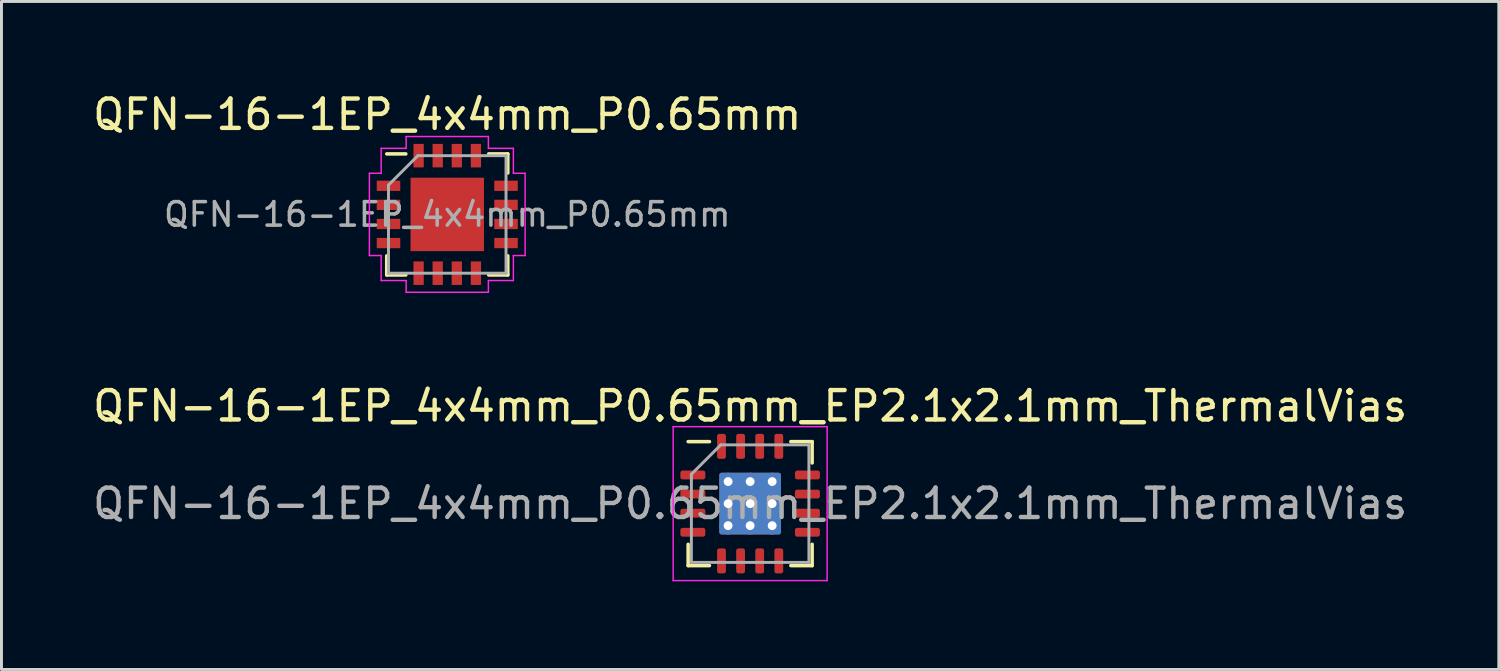
<source format=kicad_pcb>
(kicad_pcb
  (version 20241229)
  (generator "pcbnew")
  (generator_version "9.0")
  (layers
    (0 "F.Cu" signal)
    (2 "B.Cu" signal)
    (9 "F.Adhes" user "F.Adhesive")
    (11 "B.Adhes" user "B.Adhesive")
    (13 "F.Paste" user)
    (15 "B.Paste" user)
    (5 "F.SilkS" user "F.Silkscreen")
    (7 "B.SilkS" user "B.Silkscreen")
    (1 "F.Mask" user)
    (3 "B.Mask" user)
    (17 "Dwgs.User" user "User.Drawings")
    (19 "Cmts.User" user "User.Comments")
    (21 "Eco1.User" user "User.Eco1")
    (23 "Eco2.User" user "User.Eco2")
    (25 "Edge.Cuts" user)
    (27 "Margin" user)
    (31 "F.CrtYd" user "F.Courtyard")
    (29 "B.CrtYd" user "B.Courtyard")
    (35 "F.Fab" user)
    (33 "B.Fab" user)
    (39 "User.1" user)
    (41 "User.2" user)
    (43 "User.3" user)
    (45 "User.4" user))
  (footprint "QFN-16-1EP_4x4mm_P0.65mm"
    (layer "F.Cu")
    (at 12.173 4.248)
    (property "Reference" "QFN-16-1EP_4x4mm_P0.65mm" (at 0 -3.4 0) (layer "F.SilkS") (effects (font (size 1 1) (thickness 0.15))))
    (attr smd)
    (fp_line (start -2.06 -2.06) (end -1.41 -2.06) (stroke (width 0.12) (type solid)) (layer "F.SilkS"))
    (fp_line (start -2.06 2.06) (end -2.06 1.41) (stroke (width 0.12) (type solid)) (layer "F.SilkS"))
    (fp_line (start -2.06 2.06) (end -1.41 2.06) (stroke (width 0.12) (type solid)) (layer "F.SilkS"))
    (fp_line (start 2.06 -2.06) (end 1.41 -2.06) (stroke (width 0.12) (type solid)) (layer "F.SilkS"))
    (fp_line (start 2.06 -2.06) (end 2.06 -1.41) (stroke (width 0.12) (type solid)) (layer "F.SilkS"))
    (fp_line (start 2.06 2.06) (end 1.41 2.06) (stroke (width 0.12) (type solid)) (layer "F.SilkS"))
    (fp_line (start 2.06 2.06) (end 2.06 1.41) (stroke (width 0.12) (type solid)) (layer "F.SilkS"))
    (fp_line (start -2.65 -1.4) (end -2.65 1.4) (stroke (width 0.05) (type solid)) (layer "F.CrtYd"))
    (fp_line (start -2.65 -1.4) (end -2.25 -1.4) (stroke (width 0.05) (type solid)) (layer "F.CrtYd"))
    (fp_line (start -2.65 1.4) (end -2.25 1.4) (stroke (width 0.05) (type solid)) (layer "F.CrtYd"))
    (fp_line (start -2.25 -2.25) (end -1.4 -2.25) (stroke (width 0.05) (type solid)) (layer "F.CrtYd"))
    (fp_line (start -2.25 -1.4) (end -2.25 -2.25) (stroke (width 0.05) (type solid)) (layer "F.CrtYd"))
    (fp_line (start -2.25 1.4) (end -2.25 2.25) (stroke (width 0.05) (type solid)) (layer "F.CrtYd"))
    (fp_line (start -2.25 2.25) (end -1.4 2.25) (stroke (width 0.05) (type solid)) (layer "F.CrtYd"))
    (fp_line (start -1.4 -2.65) (end -1.4 -2.25) (stroke (width 0.05) (type solid)) (layer "F.CrtYd"))
    (fp_line (start -1.4 -2.65) (end 1.4 -2.65) (stroke (width 0.05) (type solid)) (layer "F.CrtYd"))
    (fp_line (start -1.4 2.65) (end -1.4 2.25) (stroke (width 0.05) (type solid)) (layer "F.CrtYd"))
    (fp_line (start -1.4 2.65) (end 1.4 2.65) (stroke (width 0.05) (type solid)) (layer "F.CrtYd"))
    (fp_line (start 1.4 -2.65) (end 1.4 -2.25) (stroke (width 0.05) (type solid)) (layer "F.CrtYd"))
    (fp_line (start 1.4 2.25) (end 2.25 2.25) (stroke (width 0.05) (type solid)) (layer "F.CrtYd"))
    (fp_line (start 1.4 2.65) (end 1.4 2.25) (stroke (width 0.05) (type solid)) (layer "F.CrtYd"))
    (fp_line (start 2.25 -2.25) (end 1.4 -2.25) (stroke (width 0.05) (type solid)) (layer "F.CrtYd"))
    (fp_line (start 2.25 -1.4) (end 2.25 -2.25) (stroke (width 0.05) (type solid)) (layer "F.CrtYd"))
    (fp_line (start 2.25 2.25) (end 2.25 1.4) (stroke (width 0.05) (type solid)) (layer "F.CrtYd"))
    (fp_line (start 2.65 -1.4) (end 2.25 -1.4) (stroke (width 0.05) (type solid)) (layer "F.CrtYd"))
    (fp_line (start 2.65 -1.4) (end 2.65 1.4) (stroke (width 0.05) (type solid)) (layer "F.CrtYd"))
    (fp_line (start 2.65 1.4) (end 2.25 1.4) (stroke (width 0.05) (type solid)) (layer "F.CrtYd"))
    (fp_line (start -2 -1) (end -1 -2) (stroke (width 0.1) (type solid)) (layer "F.Fab"))
    (fp_line (start -2 2) (end -2 -1) (stroke (width 0.1) (type solid)) (layer "F.Fab"))
    (fp_line (start -1 -2) (end 2 -2) (stroke (width 0.1) (type solid)) (layer "F.Fab"))
    (fp_line (start 2 -2) (end 2 2) (stroke (width 0.1) (type solid)) (layer "F.Fab"))
    (fp_line (start 2 2) (end -2 2) (stroke (width 0.1) (type solid)) (layer "F.Fab"))
    (fp_text user "${REFERENCE}" (at 0 0 0) (layer "F.Fab") (effects (font (size 0.8 0.8) (thickness 0.12))))
    (pad "" smd rect (at -0.625 -0.625) (size 1.1 1.1) (layers "F.Paste"))
    (pad "" smd rect (at -0.625 0.625) (size 1.1 1.1) (layers "F.Paste"))
    (pad "" smd rect (at 0.625 -0.625) (size 1.1 1.1) (layers "F.Paste"))
    (pad "" smd rect (at 0.625 0.625) (size 1.1 1.1) (layers "F.Paste"))
    (pad "1" smd rect (at -2 -0.975) (size 0.8 0.35) (layers "F.Cu" "F.Mask" "F.Paste"))
    (pad "2" smd rect (at -2 -0.325) (size 0.8 0.35) (layers "F.Cu" "F.Mask" "F.Paste"))
    (pad "3" smd rect (at -2 0.325) (size 0.8 0.35) (layers "F.Cu" "F.Mask" "F.Paste"))
    (pad "4" smd rect (at -2 0.975) (size 0.8 0.35) (layers "F.Cu" "F.Mask" "F.Paste"))
    (pad "5" smd rect (at -0.975 2 90) (size 0.8 0.35) (layers "F.Cu" "F.Mask" "F.Paste"))
    (pad "6" smd rect (at -0.325 2 90) (size 0.8 0.35) (layers "F.Cu" "F.Mask" "F.Paste"))
    (pad "7" smd rect (at 0.325 2 90) (size 0.8 0.35) (layers "F.Cu" "F.Mask" "F.Paste"))
    (pad "8" smd rect (at 0.975 2 90) (size 0.8 0.35) (layers "F.Cu" "F.Mask" "F.Paste"))
    (pad "9" smd rect (at 2 0.975) (size 0.8 0.35) (layers "F.Cu" "F.Mask" "F.Paste"))
    (pad "10" smd rect (at 2 0.325) (size 0.8 0.35) (layers "F.Cu" "F.Mask" "F.Paste"))
    (pad "11" smd rect (at 2 -0.325) (size 0.8 0.35) (layers "F.Cu" "F.Mask" "F.Paste"))
    (pad "12" smd rect (at 2 -0.975) (size 0.8 0.35) (layers "F.Cu" "F.Mask" "F.Paste"))
    (pad "13" smd rect (at 0.975 -2 90) (size 0.8 0.35) (layers "F.Cu" "F.Mask" "F.Paste"))
    (pad "14" smd rect (at 0.325 -2 90) (size 0.8 0.35) (layers "F.Cu" "F.Mask" "F.Paste"))
    (pad "15" smd rect (at -0.325 -2 90) (size 0.8 0.35) (layers "F.Cu" "F.Mask" "F.Paste"))
    (pad "16" smd rect (at -0.975 -2 90) (size 0.8 0.35) (layers "F.Cu" "F.Mask" "F.Paste"))
    (pad "17" smd rect (at 0 0) (size 2.5 2.5) (layers "F.Cu" "F.Mask")))
  (footprint "QFN-16-1EP_4x4mm_P0.65mm_EP2.1x2.1mm_ThermalVias"
    (layer "F.Cu")
    (at 22.482 14.091)
    (property "Reference" "QFN-16-1EP_4x4mm_P0.65mm_EP2.1x2.1mm_ThermalVias" (at 0 -3.32 0) (layer "F.SilkS") (effects (font (size 1 1) (thickness 0.15))))
    (attr smd)
    (fp_line (start -2.11 2.11) (end -2.11 1.385) (stroke (width 0.12) (type solid)) (layer "F.SilkS"))
    (fp_line (start -1.385 -2.11) (end -2.11 -2.11) (stroke (width 0.12) (type solid)) (layer "F.SilkS"))
    (fp_line (start -1.385 2.11) (end -2.11 2.11) (stroke (width 0.12) (type solid)) (layer "F.SilkS"))
    (fp_line (start 1.385 -2.11) (end 2.11 -2.11) (stroke (width 0.12) (type solid)) (layer "F.SilkS"))
    (fp_line (start 1.385 2.11) (end 2.11 2.11) (stroke (width 0.12) (type solid)) (layer "F.SilkS"))
    (fp_line (start 2.11 -2.11) (end 2.11 -1.385) (stroke (width 0.12) (type solid)) (layer "F.SilkS"))
    (fp_line (start 2.11 2.11) (end 2.11 1.385) (stroke (width 0.12) (type solid)) (layer "F.SilkS"))
    (fp_line (start -2.62 -2.62) (end -2.62 2.62) (stroke (width 0.05) (type solid)) (layer "F.CrtYd"))
    (fp_line (start -2.62 2.62) (end 2.62 2.62) (stroke (width 0.05) (type solid)) (layer "F.CrtYd"))
    (fp_line (start 2.62 -2.62) (end -2.62 -2.62) (stroke (width 0.05) (type solid)) (layer "F.CrtYd"))
    (fp_line (start 2.62 2.62) (end 2.62 -2.62) (stroke (width 0.05) (type solid)) (layer "F.CrtYd"))
    (fp_line (start -2 -1) (end -1 -2) (stroke (width 0.1) (type solid)) (layer "F.Fab"))
    (fp_line (start -2 2) (end -2 -1) (stroke (width 0.1) (type solid)) (layer "F.Fab"))
    (fp_line (start -1 -2) (end 2 -2) (stroke (width 0.1) (type solid)) (layer "F.Fab"))
    (fp_line (start 2 -2) (end 2 2) (stroke (width 0.1) (type solid)) (layer "F.Fab"))
    (fp_line (start 2 2) (end -2 2) (stroke (width 0.1) (type solid)) (layer "F.Fab"))
    (fp_text user "${REFERENCE}" (at 0 0 0) (layer "F.Fab") (effects (font (size 1 1) (thickness 0.15))))
    (pad "" smd roundrect (at -0.525 -0.525) (size 0.91 0.91) (layers "F.Paste") (roundrect_rratio 0.25))
    (pad "" smd roundrect (at -0.525 0.525) (size 0.91 0.91) (layers "F.Paste") (roundrect_rratio 0.25))
    (pad "" smd roundrect (at 0.525 -0.525) (size 0.91 0.91) (layers "F.Paste") (roundrect_rratio 0.25))
    (pad "" smd roundrect (at 0.525 0.525) (size 0.91 0.91) (layers "F.Paste") (roundrect_rratio 0.25))
    (pad "1" smd roundrect (at -1.95 -0.975) (size 0.85 0.3) (layers "F.Cu" "F.Mask" "F.Paste") (roundrect_rratio 0.25))
    (pad "2" smd roundrect (at -1.95 -0.325) (size 0.85 0.3) (layers "F.Cu" "F.Mask" "F.Paste") (roundrect_rratio 0.25))
    (pad "3" smd roundrect (at -1.95 0.325) (size 0.85 0.3) (layers "F.Cu" "F.Mask" "F.Paste") (roundrect_rratio 0.25))
    (pad "4" smd roundrect (at -1.95 0.975) (size 0.85 0.3) (layers "F.Cu" "F.Mask" "F.Paste") (roundrect_rratio 0.25))
    (pad "5" smd roundrect (at -0.975 1.95) (size 0.3 0.85) (layers "F.Cu" "F.Mask" "F.Paste") (roundrect_rratio 0.25))
    (pad "6" smd roundrect (at -0.325 1.95) (size 0.3 0.85) (layers "F.Cu" "F.Mask" "F.Paste") (roundrect_rratio 0.25))
    (pad "7" smd roundrect (at 0.325 1.95) (size 0.3 0.85) (layers "F.Cu" "F.Mask" "F.Paste") (roundrect_rratio 0.25))
    (pad "8" smd roundrect (at 0.975 1.95) (size 0.3 0.85) (layers "F.Cu" "F.Mask" "F.Paste") (roundrect_rratio 0.25))
    (pad "9" smd roundrect (at 1.95 0.975) (size 0.85 0.3) (layers "F.Cu" "F.Mask" "F.Paste") (roundrect_rratio 0.25))
    (pad "10" smd roundrect (at 1.95 0.325) (size 0.85 0.3) (layers "F.Cu" "F.Mask" "F.Paste") (roundrect_rratio 0.25))
    (pad "11" smd roundrect (at 1.95 -0.325) (size 0.85 0.3) (layers "F.Cu" "F.Mask" "F.Paste") (roundrect_rratio 0.25))
    (pad "12" smd roundrect (at 1.95 -0.975) (size 0.85 0.3) (layers "F.Cu" "F.Mask" "F.Paste") (roundrect_rratio 0.25))
    (pad "13" smd roundrect (at 0.975 -1.95) (size 0.3 0.85) (layers "F.Cu" "F.Mask" "F.Paste") (roundrect_rratio 0.25))
    (pad "14" smd roundrect (at 0.325 -1.95) (size 0.3 0.85) (layers "F.Cu" "F.Mask" "F.Paste") (roundrect_rratio 0.25))
    (pad "15" smd roundrect (at -0.325 -1.95) (size 0.3 0.85) (layers "F.Cu" "F.Mask" "F.Paste") (roundrect_rratio 0.25))
    (pad "16" smd roundrect (at -0.975 -1.95) (size 0.3 0.85) (layers "F.Cu" "F.Mask" "F.Paste") (roundrect_rratio 0.25))
    (pad "17" thru_hole circle (at -0.75 -0.75) (size 0.6 0.6) (drill 0.3) (layers "*.Cu"))
    (pad "17" thru_hole circle (at -0.75 0) (size 0.6 0.6) (drill 0.3) (layers "*.Cu"))
    (pad "17" thru_hole circle (at -0.75 0.75) (size 0.6 0.6) (drill 0.3) (layers "*.Cu"))
    (pad "17" thru_hole circle (at 0 -0.75) (size 0.6 0.6) (drill 0.3) (layers "*.Cu"))
    (pad "17" thru_hole circle (at 0 0) (size 0.6 0.6) (drill 0.3) (layers "*.Cu"))
    (pad "17" smd roundrect (at 0 0) (size 2.1 2.1) (layers "F.Cu" "F.Mask") (roundrect_rratio 0.036))
    (pad "17" smd roundrect (at 0 0) (size 2.1 2.1) (layers "B.Cu") (roundrect_rratio 0.036))
    (pad "17" thru_hole circle (at 0 0.75) (size 0.6 0.6) (drill 0.3) (layers "*.Cu"))
    (pad "17" thru_hole circle (at 0.75 -0.75) (size 0.6 0.6) (drill 0.3) (layers "*.Cu"))
    (pad "17" thru_hole circle (at 0.75 0) (size 0.6 0.6) (drill 0.3) (layers "*.Cu"))
    (pad "17" thru_hole circle (at 0.75 0.75) (size 0.6 0.6) (drill 0.3) (layers "*.Cu")))
  (gr_rect
    (start -3 -3)
    (end 47.964 19.736)
    (stroke (width 0.1) (type default))
    (fill no)
    (layer "Edge.Cuts")))
</source>
